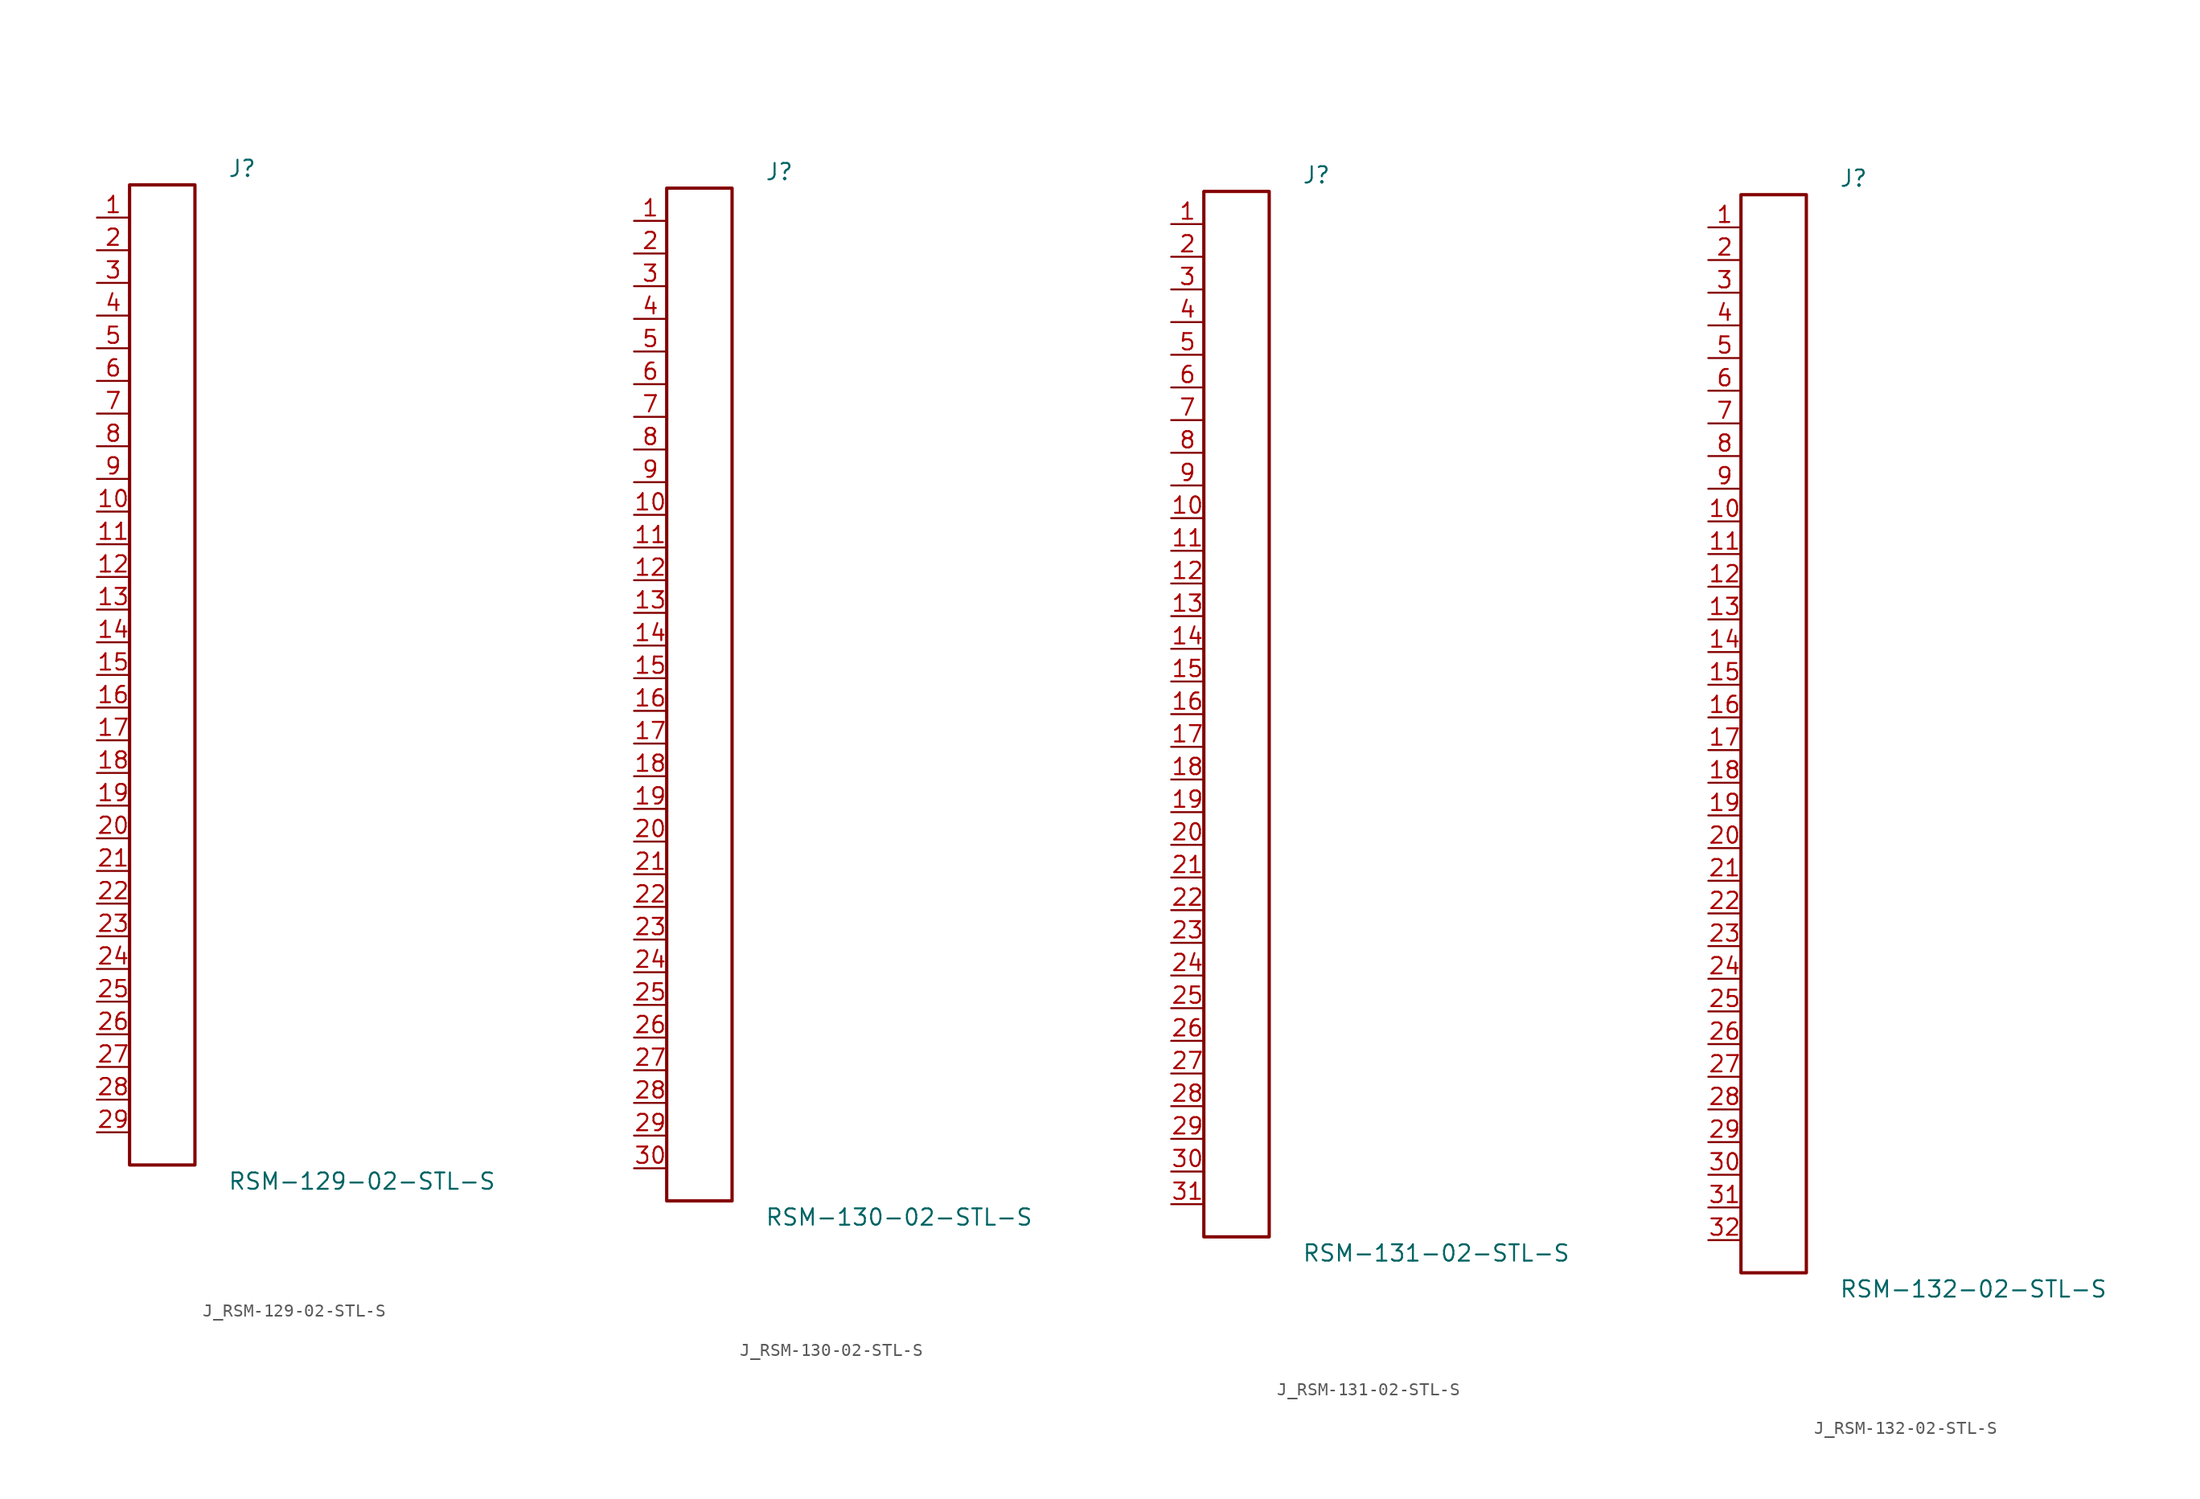
<source format=kicad_sym>
(kicad_symbol_lib
  (version 20231120)
  (generator kicad_symbol_editor)
  (generator_version 8.0)
  (symbol "J_RSM-129-02-STL-S"
    (pin_names
      (offset 0.254))
    (property "Reference" "J"
      (at 5.08 39.37 0)
      (effects (font (size 1.27 1.27)) (justify left)))
    (property "Value" "RSM-129-02-STL-S"
      (at 5.08 -39.37 0)
      (effects (font (size 1.27 1.27)) (justify left)))
    (symbol "J_RSM-129-02-STL-S_0_0"
      (pin passive line (at -5.08 35.56 0) (length 2.54) (name "" (effects (font (size 1.27 1.27)))) (number "1" (effects (font (size 1.27 1.27)))))
      (pin passive line (at -5.08 33.02 0) (length 2.54) (name "" (effects (font (size 1.27 1.27)))) (number "2" (effects (font (size 1.27 1.27)))))
      (pin passive line (at -5.08 30.48 0) (length 2.54) (name "" (effects (font (size 1.27 1.27)))) (number "3" (effects (font (size 1.27 1.27)))))
      (pin passive line (at -5.08 27.94 0) (length 2.54) (name "" (effects (font (size 1.27 1.27)))) (number "4" (effects (font (size 1.27 1.27)))))
      (pin passive line (at -5.08 25.4 0) (length 2.54) (name "" (effects (font (size 1.27 1.27)))) (number "5" (effects (font (size 1.27 1.27)))))
      (pin passive line (at -5.08 22.86 0) (length 2.54) (name "" (effects (font (size 1.27 1.27)))) (number "6" (effects (font (size 1.27 1.27)))))
      (pin passive line (at -5.08 20.32 0) (length 2.54) (name "" (effects (font (size 1.27 1.27)))) (number "7" (effects (font (size 1.27 1.27)))))
      (pin passive line (at -5.08 17.78 0) (length 2.54) (name "" (effects (font (size 1.27 1.27)))) (number "8" (effects (font (size 1.27 1.27)))))
      (pin passive line (at -5.08 15.24 0) (length 2.54) (name "" (effects (font (size 1.27 1.27)))) (number "9" (effects (font (size 1.27 1.27)))))
      (pin passive line (at -5.08 12.7 0) (length 2.54) (name "" (effects (font (size 1.27 1.27)))) (number "10" (effects (font (size 1.27 1.27)))))
      (pin passive line (at -5.08 10.16 0) (length 2.54) (name "" (effects (font (size 1.27 1.27)))) (number "11" (effects (font (size 1.27 1.27)))))
      (pin passive line (at -5.08 7.62 0) (length 2.54) (name "" (effects (font (size 1.27 1.27)))) (number "12" (effects (font (size 1.27 1.27)))))
      (pin passive line (at -5.08 5.08 0) (length 2.54) (name "" (effects (font (size 1.27 1.27)))) (number "13" (effects (font (size 1.27 1.27)))))
      (pin passive line (at -5.08 2.54 0) (length 2.54) (name "" (effects (font (size 1.27 1.27)))) (number "14" (effects (font (size 1.27 1.27)))))
      (pin passive line (at -5.08 0.0 0) (length 2.54) (name "" (effects (font (size 1.27 1.27)))) (number "15" (effects (font (size 1.27 1.27)))))
      (pin passive line (at -5.08 -2.54 0) (length 2.54) (name "" (effects (font (size 1.27 1.27)))) (number "16" (effects (font (size 1.27 1.27)))))
      (pin passive line (at -5.08 -5.08 0) (length 2.54) (name "" (effects (font (size 1.27 1.27)))) (number "17" (effects (font (size 1.27 1.27)))))
      (pin passive line (at -5.08 -7.62 0) (length 2.54) (name "" (effects (font (size 1.27 1.27)))) (number "18" (effects (font (size 1.27 1.27)))))
      (pin passive line (at -5.08 -10.16 0) (length 2.54) (name "" (effects (font (size 1.27 1.27)))) (number "19" (effects (font (size 1.27 1.27)))))
      (pin passive line (at -5.08 -12.7 0) (length 2.54) (name "" (effects (font (size 1.27 1.27)))) (number "20" (effects (font (size 1.27 1.27)))))
      (pin passive line (at -5.08 -15.24 0) (length 2.54) (name "" (effects (font (size 1.27 1.27)))) (number "21" (effects (font (size 1.27 1.27)))))
      (pin passive line (at -5.08 -17.78 0) (length 2.54) (name "" (effects (font (size 1.27 1.27)))) (number "22" (effects (font (size 1.27 1.27)))))
      (pin passive line (at -5.08 -20.32 0) (length 2.54) (name "" (effects (font (size 1.27 1.27)))) (number "23" (effects (font (size 1.27 1.27)))))
      (pin passive line (at -5.08 -22.86 0) (length 2.54) (name "" (effects (font (size 1.27 1.27)))) (number "24" (effects (font (size 1.27 1.27)))))
      (pin passive line (at -5.08 -25.4 0) (length 2.54) (name "" (effects (font (size 1.27 1.27)))) (number "25" (effects (font (size 1.27 1.27)))))
      (pin passive line (at -5.08 -27.94 0) (length 2.54) (name "" (effects (font (size 1.27 1.27)))) (number "26" (effects (font (size 1.27 1.27)))))
      (pin passive line (at -5.08 -30.48 0) (length 2.54) (name "" (effects (font (size 1.27 1.27)))) (number "27" (effects (font (size 1.27 1.27)))))
      (pin passive line (at -5.08 -33.02 0) (length 2.54) (name "" (effects (font (size 1.27 1.27)))) (number "28" (effects (font (size 1.27 1.27)))))
      (pin passive line (at -5.08 -35.56 0) (length 2.54) (name "" (effects (font (size 1.27 1.27)))) (number "29" (effects (font (size 1.27 1.27))))))
    (symbol "J_RSM-129-02-STL-S_1_0"
      (rectangle (start -2.54 38.1) (end 2.54 -38.1) (stroke (width 0.254) (type solid)) (fill (type none)))))
  (symbol "J_RSM-130-02-STL-S"
    (pin_names
      (offset 0.254))
    (property "Reference" "J"
      (at 5.08 40.64 0)
      (effects (font (size 1.27 1.27)) (justify left)))
    (property "Value" "RSM-130-02-STL-S"
      (at 5.08 -40.64 0)
      (effects (font (size 1.27 1.27)) (justify left)))
    (symbol "J_RSM-130-02-STL-S_0_0"
      (pin passive line (at -5.08 36.83 0) (length 2.54) (name "" (effects (font (size 1.27 1.27)))) (number "1" (effects (font (size 1.27 1.27)))))
      (pin passive line (at -5.08 34.29 0) (length 2.54) (name "" (effects (font (size 1.27 1.27)))) (number "2" (effects (font (size 1.27 1.27)))))
      (pin passive line (at -5.08 31.75 0) (length 2.54) (name "" (effects (font (size 1.27 1.27)))) (number "3" (effects (font (size 1.27 1.27)))))
      (pin passive line (at -5.08 29.21 0) (length 2.54) (name "" (effects (font (size 1.27 1.27)))) (number "4" (effects (font (size 1.27 1.27)))))
      (pin passive line (at -5.08 26.67 0) (length 2.54) (name "" (effects (font (size 1.27 1.27)))) (number "5" (effects (font (size 1.27 1.27)))))
      (pin passive line (at -5.08 24.13 0) (length 2.54) (name "" (effects (font (size 1.27 1.27)))) (number "6" (effects (font (size 1.27 1.27)))))
      (pin passive line (at -5.08 21.59 0) (length 2.54) (name "" (effects (font (size 1.27 1.27)))) (number "7" (effects (font (size 1.27 1.27)))))
      (pin passive line (at -5.08 19.05 0) (length 2.54) (name "" (effects (font (size 1.27 1.27)))) (number "8" (effects (font (size 1.27 1.27)))))
      (pin passive line (at -5.08 16.51 0) (length 2.54) (name "" (effects (font (size 1.27 1.27)))) (number "9" (effects (font (size 1.27 1.27)))))
      (pin passive line (at -5.08 13.97 0) (length 2.54) (name "" (effects (font (size 1.27 1.27)))) (number "10" (effects (font (size 1.27 1.27)))))
      (pin passive line (at -5.08 11.43 0) (length 2.54) (name "" (effects (font (size 1.27 1.27)))) (number "11" (effects (font (size 1.27 1.27)))))
      (pin passive line (at -5.08 8.89 0) (length 2.54) (name "" (effects (font (size 1.27 1.27)))) (number "12" (effects (font (size 1.27 1.27)))))
      (pin passive line (at -5.08 6.35 0) (length 2.54) (name "" (effects (font (size 1.27 1.27)))) (number "13" (effects (font (size 1.27 1.27)))))
      (pin passive line (at -5.08 3.81 0) (length 2.54) (name "" (effects (font (size 1.27 1.27)))) (number "14" (effects (font (size 1.27 1.27)))))
      (pin passive line (at -5.08 1.27 0) (length 2.54) (name "" (effects (font (size 1.27 1.27)))) (number "15" (effects (font (size 1.27 1.27)))))
      (pin passive line (at -5.08 -1.27 0) (length 2.54) (name "" (effects (font (size 1.27 1.27)))) (number "16" (effects (font (size 1.27 1.27)))))
      (pin passive line (at -5.08 -3.81 0) (length 2.54) (name "" (effects (font (size 1.27 1.27)))) (number "17" (effects (font (size 1.27 1.27)))))
      (pin passive line (at -5.08 -6.35 0) (length 2.54) (name "" (effects (font (size 1.27 1.27)))) (number "18" (effects (font (size 1.27 1.27)))))
      (pin passive line (at -5.08 -8.89 0) (length 2.54) (name "" (effects (font (size 1.27 1.27)))) (number "19" (effects (font (size 1.27 1.27)))))
      (pin passive line (at -5.08 -11.43 0) (length 2.54) (name "" (effects (font (size 1.27 1.27)))) (number "20" (effects (font (size 1.27 1.27)))))
      (pin passive line (at -5.08 -13.97 0) (length 2.54) (name "" (effects (font (size 1.27 1.27)))) (number "21" (effects (font (size 1.27 1.27)))))
      (pin passive line (at -5.08 -16.51 0) (length 2.54) (name "" (effects (font (size 1.27 1.27)))) (number "22" (effects (font (size 1.27 1.27)))))
      (pin passive line (at -5.08 -19.05 0) (length 2.54) (name "" (effects (font (size 1.27 1.27)))) (number "23" (effects (font (size 1.27 1.27)))))
      (pin passive line (at -5.08 -21.59 0) (length 2.54) (name "" (effects (font (size 1.27 1.27)))) (number "24" (effects (font (size 1.27 1.27)))))
      (pin passive line (at -5.08 -24.13 0) (length 2.54) (name "" (effects (font (size 1.27 1.27)))) (number "25" (effects (font (size 1.27 1.27)))))
      (pin passive line (at -5.08 -26.67 0) (length 2.54) (name "" (effects (font (size 1.27 1.27)))) (number "26" (effects (font (size 1.27 1.27)))))
      (pin passive line (at -5.08 -29.21 0) (length 2.54) (name "" (effects (font (size 1.27 1.27)))) (number "27" (effects (font (size 1.27 1.27)))))
      (pin passive line (at -5.08 -31.75 0) (length 2.54) (name "" (effects (font (size 1.27 1.27)))) (number "28" (effects (font (size 1.27 1.27)))))
      (pin passive line (at -5.08 -34.29 0) (length 2.54) (name "" (effects (font (size 1.27 1.27)))) (number "29" (effects (font (size 1.27 1.27)))))
      (pin passive line (at -5.08 -36.83 0) (length 2.54) (name "" (effects (font (size 1.27 1.27)))) (number "30" (effects (font (size 1.27 1.27))))))
    (symbol "J_RSM-130-02-STL-S_1_0"
      (rectangle (start -2.54 39.37) (end 2.54 -39.37) (stroke (width 0.254) (type solid)) (fill (type none)))))
  (symbol "J_RSM-131-02-STL-S"
    (pin_names
      (offset 0.254))
    (property "Reference" "J"
      (at 5.08 41.91 0)
      (effects (font (size 1.27 1.27)) (justify left)))
    (property "Value" "RSM-131-02-STL-S"
      (at 5.08 -41.91 0)
      (effects (font (size 1.27 1.27)) (justify left)))
    (symbol "J_RSM-131-02-STL-S_0_0"
      (pin passive line (at -5.08 38.1 0) (length 2.54) (name "" (effects (font (size 1.27 1.27)))) (number "1" (effects (font (size 1.27 1.27)))))
      (pin passive line (at -5.08 35.56 0) (length 2.54) (name "" (effects (font (size 1.27 1.27)))) (number "2" (effects (font (size 1.27 1.27)))))
      (pin passive line (at -5.08 33.02 0) (length 2.54) (name "" (effects (font (size 1.27 1.27)))) (number "3" (effects (font (size 1.27 1.27)))))
      (pin passive line (at -5.08 30.48 0) (length 2.54) (name "" (effects (font (size 1.27 1.27)))) (number "4" (effects (font (size 1.27 1.27)))))
      (pin passive line (at -5.08 27.94 0) (length 2.54) (name "" (effects (font (size 1.27 1.27)))) (number "5" (effects (font (size 1.27 1.27)))))
      (pin passive line (at -5.08 25.4 0) (length 2.54) (name "" (effects (font (size 1.27 1.27)))) (number "6" (effects (font (size 1.27 1.27)))))
      (pin passive line (at -5.08 22.86 0) (length 2.54) (name "" (effects (font (size 1.27 1.27)))) (number "7" (effects (font (size 1.27 1.27)))))
      (pin passive line (at -5.08 20.32 0) (length 2.54) (name "" (effects (font (size 1.27 1.27)))) (number "8" (effects (font (size 1.27 1.27)))))
      (pin passive line (at -5.08 17.78 0) (length 2.54) (name "" (effects (font (size 1.27 1.27)))) (number "9" (effects (font (size 1.27 1.27)))))
      (pin passive line (at -5.08 15.24 0) (length 2.54) (name "" (effects (font (size 1.27 1.27)))) (number "10" (effects (font (size 1.27 1.27)))))
      (pin passive line (at -5.08 12.7 0) (length 2.54) (name "" (effects (font (size 1.27 1.27)))) (number "11" (effects (font (size 1.27 1.27)))))
      (pin passive line (at -5.08 10.16 0) (length 2.54) (name "" (effects (font (size 1.27 1.27)))) (number "12" (effects (font (size 1.27 1.27)))))
      (pin passive line (at -5.08 7.62 0) (length 2.54) (name "" (effects (font (size 1.27 1.27)))) (number "13" (effects (font (size 1.27 1.27)))))
      (pin passive line (at -5.08 5.08 0) (length 2.54) (name "" (effects (font (size 1.27 1.27)))) (number "14" (effects (font (size 1.27 1.27)))))
      (pin passive line (at -5.08 2.54 0) (length 2.54) (name "" (effects (font (size 1.27 1.27)))) (number "15" (effects (font (size 1.27 1.27)))))
      (pin passive line (at -5.08 0.0 0) (length 2.54) (name "" (effects (font (size 1.27 1.27)))) (number "16" (effects (font (size 1.27 1.27)))))
      (pin passive line (at -5.08 -2.54 0) (length 2.54) (name "" (effects (font (size 1.27 1.27)))) (number "17" (effects (font (size 1.27 1.27)))))
      (pin passive line (at -5.08 -5.08 0) (length 2.54) (name "" (effects (font (size 1.27 1.27)))) (number "18" (effects (font (size 1.27 1.27)))))
      (pin passive line (at -5.08 -7.62 0) (length 2.54) (name "" (effects (font (size 1.27 1.27)))) (number "19" (effects (font (size 1.27 1.27)))))
      (pin passive line (at -5.08 -10.16 0) (length 2.54) (name "" (effects (font (size 1.27 1.27)))) (number "20" (effects (font (size 1.27 1.27)))))
      (pin passive line (at -5.08 -12.7 0) (length 2.54) (name "" (effects (font (size 1.27 1.27)))) (number "21" (effects (font (size 1.27 1.27)))))
      (pin passive line (at -5.08 -15.24 0) (length 2.54) (name "" (effects (font (size 1.27 1.27)))) (number "22" (effects (font (size 1.27 1.27)))))
      (pin passive line (at -5.08 -17.78 0) (length 2.54) (name "" (effects (font (size 1.27 1.27)))) (number "23" (effects (font (size 1.27 1.27)))))
      (pin passive line (at -5.08 -20.32 0) (length 2.54) (name "" (effects (font (size 1.27 1.27)))) (number "24" (effects (font (size 1.27 1.27)))))
      (pin passive line (at -5.08 -22.86 0) (length 2.54) (name "" (effects (font (size 1.27 1.27)))) (number "25" (effects (font (size 1.27 1.27)))))
      (pin passive line (at -5.08 -25.4 0) (length 2.54) (name "" (effects (font (size 1.27 1.27)))) (number "26" (effects (font (size 1.27 1.27)))))
      (pin passive line (at -5.08 -27.94 0) (length 2.54) (name "" (effects (font (size 1.27 1.27)))) (number "27" (effects (font (size 1.27 1.27)))))
      (pin passive line (at -5.08 -30.48 0) (length 2.54) (name "" (effects (font (size 1.27 1.27)))) (number "28" (effects (font (size 1.27 1.27)))))
      (pin passive line (at -5.08 -33.02 0) (length 2.54) (name "" (effects (font (size 1.27 1.27)))) (number "29" (effects (font (size 1.27 1.27)))))
      (pin passive line (at -5.08 -35.56 0) (length 2.54) (name "" (effects (font (size 1.27 1.27)))) (number "30" (effects (font (size 1.27 1.27)))))
      (pin passive line (at -5.08 -38.1 0) (length 2.54) (name "" (effects (font (size 1.27 1.27)))) (number "31" (effects (font (size 1.27 1.27))))))
    (symbol "J_RSM-131-02-STL-S_1_0"
      (rectangle (start -2.54 40.64) (end 2.54 -40.64) (stroke (width 0.254) (type solid)) (fill (type none)))))
  (symbol "J_RSM-132-02-STL-S"
    (pin_names
      (offset 0.254))
    (property "Reference" "J"
      (at 5.08 43.18 0)
      (effects (font (size 1.27 1.27)) (justify left)))
    (property "Value" "RSM-132-02-STL-S"
      (at 5.08 -43.18 0)
      (effects (font (size 1.27 1.27)) (justify left)))
    (symbol "J_RSM-132-02-STL-S_0_0"
      (pin passive line (at -5.08 39.37 0) (length 2.54) (name "" (effects (font (size 1.27 1.27)))) (number "1" (effects (font (size 1.27 1.27)))))
      (pin passive line (at -5.08 36.83 0) (length 2.54) (name "" (effects (font (size 1.27 1.27)))) (number "2" (effects (font (size 1.27 1.27)))))
      (pin passive line (at -5.08 34.29 0) (length 2.54) (name "" (effects (font (size 1.27 1.27)))) (number "3" (effects (font (size 1.27 1.27)))))
      (pin passive line (at -5.08 31.75 0) (length 2.54) (name "" (effects (font (size 1.27 1.27)))) (number "4" (effects (font (size 1.27 1.27)))))
      (pin passive line (at -5.08 29.21 0) (length 2.54) (name "" (effects (font (size 1.27 1.27)))) (number "5" (effects (font (size 1.27 1.27)))))
      (pin passive line (at -5.08 26.67 0) (length 2.54) (name "" (effects (font (size 1.27 1.27)))) (number "6" (effects (font (size 1.27 1.27)))))
      (pin passive line (at -5.08 24.13 0) (length 2.54) (name "" (effects (font (size 1.27 1.27)))) (number "7" (effects (font (size 1.27 1.27)))))
      (pin passive line (at -5.08 21.59 0) (length 2.54) (name "" (effects (font (size 1.27 1.27)))) (number "8" (effects (font (size 1.27 1.27)))))
      (pin passive line (at -5.08 19.05 0) (length 2.54) (name "" (effects (font (size 1.27 1.27)))) (number "9" (effects (font (size 1.27 1.27)))))
      (pin passive line (at -5.08 16.51 0) (length 2.54) (name "" (effects (font (size 1.27 1.27)))) (number "10" (effects (font (size 1.27 1.27)))))
      (pin passive line (at -5.08 13.97 0) (length 2.54) (name "" (effects (font (size 1.27 1.27)))) (number "11" (effects (font (size 1.27 1.27)))))
      (pin passive line (at -5.08 11.43 0) (length 2.54) (name "" (effects (font (size 1.27 1.27)))) (number "12" (effects (font (size 1.27 1.27)))))
      (pin passive line (at -5.08 8.89 0) (length 2.54) (name "" (effects (font (size 1.27 1.27)))) (number "13" (effects (font (size 1.27 1.27)))))
      (pin passive line (at -5.08 6.35 0) (length 2.54) (name "" (effects (font (size 1.27 1.27)))) (number "14" (effects (font (size 1.27 1.27)))))
      (pin passive line (at -5.08 3.81 0) (length 2.54) (name "" (effects (font (size 1.27 1.27)))) (number "15" (effects (font (size 1.27 1.27)))))
      (pin passive line (at -5.08 1.27 0) (length 2.54) (name "" (effects (font (size 1.27 1.27)))) (number "16" (effects (font (size 1.27 1.27)))))
      (pin passive line (at -5.08 -1.27 0) (length 2.54) (name "" (effects (font (size 1.27 1.27)))) (number "17" (effects (font (size 1.27 1.27)))))
      (pin passive line (at -5.08 -3.81 0) (length 2.54) (name "" (effects (font (size 1.27 1.27)))) (number "18" (effects (font (size 1.27 1.27)))))
      (pin passive line (at -5.08 -6.35 0) (length 2.54) (name "" (effects (font (size 1.27 1.27)))) (number "19" (effects (font (size 1.27 1.27)))))
      (pin passive line (at -5.08 -8.89 0) (length 2.54) (name "" (effects (font (size 1.27 1.27)))) (number "20" (effects (font (size 1.27 1.27)))))
      (pin passive line (at -5.08 -11.43 0) (length 2.54) (name "" (effects (font (size 1.27 1.27)))) (number "21" (effects (font (size 1.27 1.27)))))
      (pin passive line (at -5.08 -13.97 0) (length 2.54) (name "" (effects (font (size 1.27 1.27)))) (number "22" (effects (font (size 1.27 1.27)))))
      (pin passive line (at -5.08 -16.51 0) (length 2.54) (name "" (effects (font (size 1.27 1.27)))) (number "23" (effects (font (size 1.27 1.27)))))
      (pin passive line (at -5.08 -19.05 0) (length 2.54) (name "" (effects (font (size 1.27 1.27)))) (number "24" (effects (font (size 1.27 1.27)))))
      (pin passive line (at -5.08 -21.59 0) (length 2.54) (name "" (effects (font (size 1.27 1.27)))) (number "25" (effects (font (size 1.27 1.27)))))
      (pin passive line (at -5.08 -24.13 0) (length 2.54) (name "" (effects (font (size 1.27 1.27)))) (number "26" (effects (font (size 1.27 1.27)))))
      (pin passive line (at -5.08 -26.67 0) (length 2.54) (name "" (effects (font (size 1.27 1.27)))) (number "27" (effects (font (size 1.27 1.27)))))
      (pin passive line (at -5.08 -29.21 0) (length 2.54) (name "" (effects (font (size 1.27 1.27)))) (number "28" (effects (font (size 1.27 1.27)))))
      (pin passive line (at -5.08 -31.75 0) (length 2.54) (name "" (effects (font (size 1.27 1.27)))) (number "29" (effects (font (size 1.27 1.27)))))
      (pin passive line (at -5.08 -34.29 0) (length 2.54) (name "" (effects (font (size 1.27 1.27)))) (number "30" (effects (font (size 1.27 1.27)))))
      (pin passive line (at -5.08 -36.83 0) (length 2.54) (name "" (effects (font (size 1.27 1.27)))) (number "31" (effects (font (size 1.27 1.27)))))
      (pin passive line (at -5.08 -39.37 0) (length 2.54) (name "" (effects (font (size 1.27 1.27)))) (number "32" (effects (font (size 1.27 1.27))))))
    (symbol "J_RSM-132-02-STL-S_1_0"
      (rectangle (start -2.54 41.91) (end 2.54 -41.91) (stroke (width 0.254) (type solid)) (fill (type none))))))
</source>
